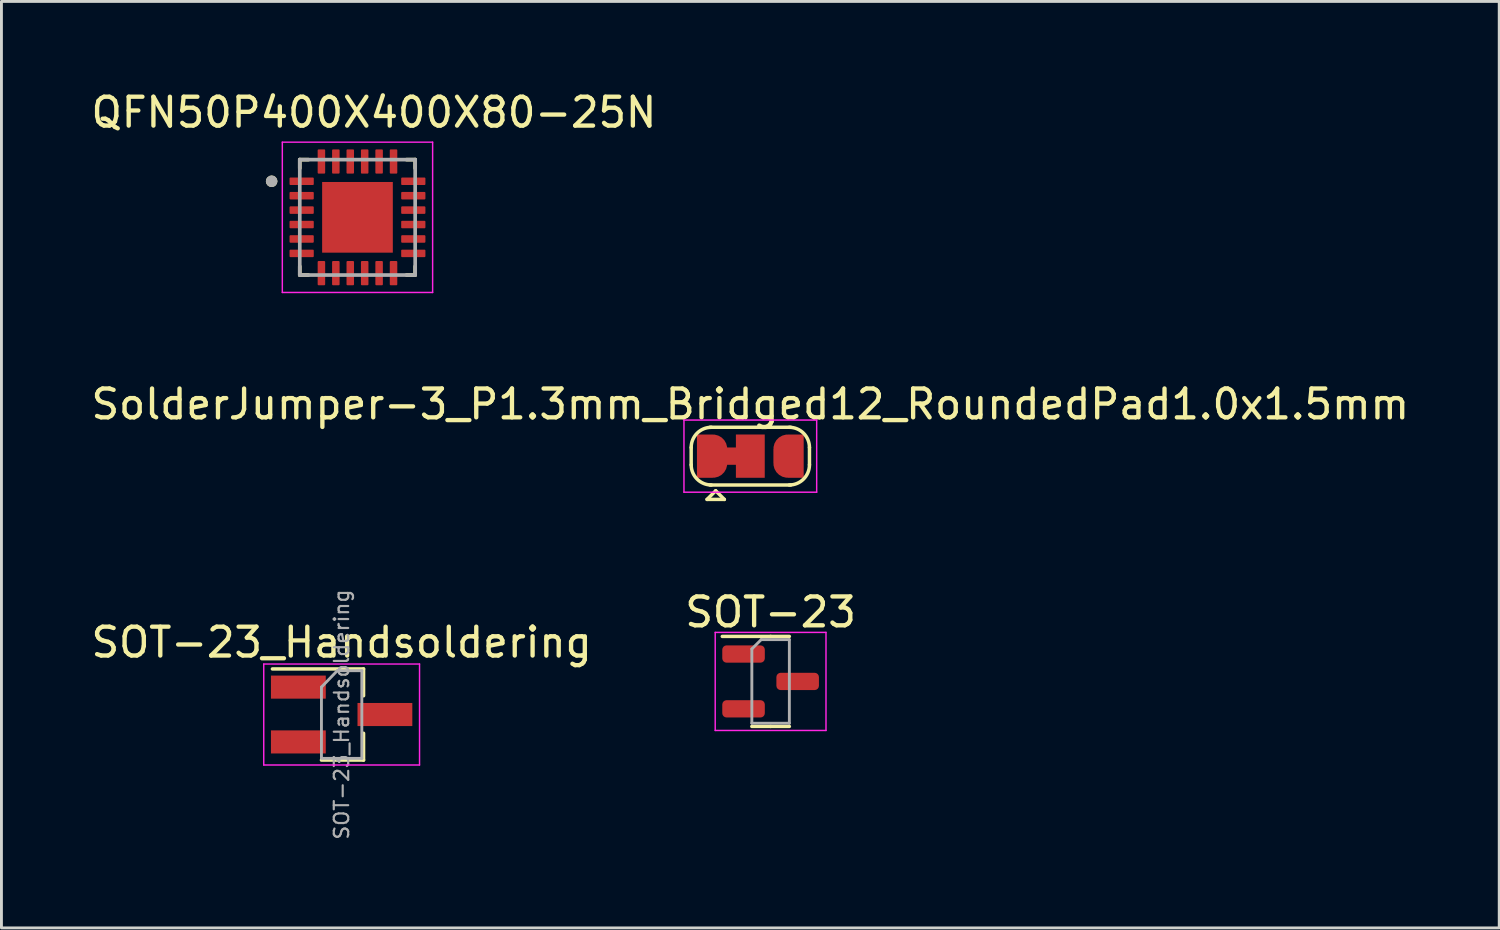
<source format=kicad_pcb>
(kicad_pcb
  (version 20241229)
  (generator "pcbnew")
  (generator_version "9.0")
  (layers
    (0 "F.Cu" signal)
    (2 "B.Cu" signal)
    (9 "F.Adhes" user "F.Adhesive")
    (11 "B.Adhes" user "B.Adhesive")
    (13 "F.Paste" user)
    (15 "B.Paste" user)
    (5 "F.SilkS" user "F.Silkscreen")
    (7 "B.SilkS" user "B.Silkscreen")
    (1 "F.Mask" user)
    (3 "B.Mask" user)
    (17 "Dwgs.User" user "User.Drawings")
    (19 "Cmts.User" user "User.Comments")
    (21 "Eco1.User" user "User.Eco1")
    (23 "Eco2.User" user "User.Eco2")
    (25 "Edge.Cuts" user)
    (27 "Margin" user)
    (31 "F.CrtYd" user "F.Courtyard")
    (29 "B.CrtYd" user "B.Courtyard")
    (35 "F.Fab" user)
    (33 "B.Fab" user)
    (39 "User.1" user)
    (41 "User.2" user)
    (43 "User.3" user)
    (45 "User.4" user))
  (footprint "SolderJumper-3_P1.3mm_Bridged12_RoundedPad1.0x1.5mm"
    (layer "F.Cu")
    (at 22.958 12.761)
    (property "Reference" "SolderJumper-3_P1.3mm_Bridged12_RoundedPad1.0x1.5mm" (at 0 -1.8 0) (layer "F.SilkS") (effects (font (size 1 1) (thickness 0.15))))
    (attr exclude_from_pos_files)
    (fp_poly (pts (xy -0.9 -0.3) (xy -0.4 -0.3) (xy -0.4 0.3) (xy -0.9 0.3)) (stroke (width 0) (type solid)) (fill yes) (layer "F.Cu"))
    (fp_line (start -2.05 0.3) (end -2.05 -0.3) (stroke (width 0.12) (type solid)) (layer "F.SilkS"))
    (fp_line (start -1.5 1.5) (end -0.9 1.5) (stroke (width 0.12) (type solid)) (layer "F.SilkS"))
    (fp_line (start -1.4 -1) (end 1.4 -1) (stroke (width 0.12) (type solid)) (layer "F.SilkS"))
    (fp_line (start -1.2 1.2) (end -1.5 1.5) (stroke (width 0.12) (type solid)) (layer "F.SilkS"))
    (fp_line (start -1.2 1.2) (end -0.9 1.5) (stroke (width 0.12) (type solid)) (layer "F.SilkS"))
    (fp_line (start 1.4 1) (end -1.4 1) (stroke (width 0.12) (type solid)) (layer "F.SilkS"))
    (fp_line (start 2.05 -0.3) (end 2.05 0.3) (stroke (width 0.12) (type solid)) (layer "F.SilkS"))
    (fp_arc (start -2.05 -0.3) (mid -1.844975 -0.794975) (end -1.35 -1) (stroke (width 0.12) (type solid)) (layer "F.SilkS"))
    (fp_arc (start -1.35 1) (mid -1.844975 0.794975) (end -2.05 0.3) (stroke (width 0.12) (type solid)) (layer "F.SilkS"))
    (fp_arc (start 1.35 -1) (mid 1.844975 -0.794975) (end 2.05 -0.3) (stroke (width 0.12) (type solid)) (layer "F.SilkS"))
    (fp_arc (start 2.05 0.3) (mid 1.844975 0.794975) (end 1.35 1) (stroke (width 0.12) (type solid)) (layer "F.SilkS"))
    (fp_line (start -2.3 -1.25) (end -2.3 1.25) (stroke (width 0.05) (type solid)) (layer "F.CrtYd"))
    (fp_line (start -2.3 -1.25) (end 2.3 -1.25) (stroke (width 0.05) (type solid)) (layer "F.CrtYd"))
    (fp_line (start 2.3 1.25) (end -2.3 1.25) (stroke (width 0.05) (type solid)) (layer "F.CrtYd"))
    (fp_line (start 2.3 1.25) (end 2.3 -1.25) (stroke (width 0.05) (type solid)) (layer "F.CrtYd"))
    (pad "1" smd custom (at -1.3 0 180) (size 1 0.5) (layers "F.Cu" "F.Mask") (options (anchor rect)) (primitives (gr_circle (center 0 0.25) (end 0.5 0.25) (width 0) (fill yes)) (gr_circle (center 0 -0.25) (end 0.5 -0.25) (width 0) (fill yes)) (gr_poly (pts (xy 0.55 0.75) (xy 0 0.75) (xy 0 -0.75) (xy 0.55 -0.75)) (width 0) (fill yes))))
    (pad "2" smd rect (at 0 0 180) (size 1 1.5) (layers "F.Cu" "F.Mask"))
    (pad "3" smd custom (at 1.3 0 180) (size 1 0.5) (layers "F.Cu" "F.Mask") (options (anchor rect)) (primitives (gr_circle (center 0 0.25) (end 0.5 0.25) (width 0) (fill yes)) (gr_circle (center 0 -0.25) (end 0.5 -0.25) (width 0) (fill yes)) (gr_poly (pts (xy 0 0.75) (xy -0.55 0.75) (xy -0.55 -0.75) (xy 0 -0.75)) (width 0) (fill yes)))))
  (footprint "SOT-23_Handsoldering"
    (layer "F.Cu")
    (at 8.792 21.717)
    (property "Reference" "SOT-23_Handsoldering" (at 0 -2.5 0) (layer "F.SilkS") (effects (font (size 1 1) (thickness 0.15))))
    (attr smd)
    (fp_line (start 0.76 -1.58) (end -2.4 -1.58) (stroke (width 0.12) (type solid)) (layer "F.SilkS"))
    (fp_line (start 0.76 -1.58) (end 0.76 -0.65) (stroke (width 0.12) (type solid)) (layer "F.SilkS"))
    (fp_line (start 0.76 1.58) (end -0.7 1.58) (stroke (width 0.12) (type solid)) (layer "F.SilkS"))
    (fp_line (start 0.76 1.58) (end 0.76 0.65) (stroke (width 0.12) (type solid)) (layer "F.SilkS"))
    (fp_line (start -2.7 -1.75) (end 2.7 -1.75) (stroke (width 0.05) (type solid)) (layer "F.CrtYd"))
    (fp_line (start -2.7 1.75) (end -2.7 -1.75) (stroke (width 0.05) (type solid)) (layer "F.CrtYd"))
    (fp_line (start 2.7 -1.75) (end 2.7 1.75) (stroke (width 0.05) (type solid)) (layer "F.CrtYd"))
    (fp_line (start 2.7 1.75) (end -2.7 1.75) (stroke (width 0.05) (type solid)) (layer "F.CrtYd"))
    (fp_line (start -0.7 -0.95) (end -0.7 1.5) (stroke (width 0.1) (type solid)) (layer "F.Fab"))
    (fp_line (start -0.7 -0.95) (end -0.15 -1.52) (stroke (width 0.1) (type solid)) (layer "F.Fab"))
    (fp_line (start -0.7 1.52) (end 0.7 1.52) (stroke (width 0.1) (type solid)) (layer "F.Fab"))
    (fp_line (start -0.15 -1.52) (end 0.7 -1.52) (stroke (width 0.1) (type solid)) (layer "F.Fab"))
    (fp_line (start 0.7 -1.52) (end 0.7 1.52) (stroke (width 0.1) (type solid)) (layer "F.Fab"))
    (fp_text user "${REFERENCE}" (at 0 0 90) (layer "F.Fab") (effects (font (size 0.5 0.5) (thickness 0.075))))
    (pad "1" smd rect (at -1.5 -0.95 180) (size 1.9 0.8) (layers "F.Cu" "F.Mask" "F.Paste"))
    (pad "2" smd rect (at -1.5 0.95 180) (size 1.9 0.8) (layers "F.Cu" "F.Mask" "F.Paste"))
    (pad "3" smd rect (at 1.5 0 180) (size 1.9 0.8) (layers "F.Cu" "F.Mask" "F.Paste")))
  (footprint "QFN50P400X400X80-25N"
    (layer "F.Cu")
    (at 9.341 4.483)
    (property "Reference" "QFN50P400X400X80-25N" (at 0.57 -3.635 0) (layer "F.SilkS") (effects (font (size 1 1) (thickness 0.15))))
    (attr smd)
    (fp_line (start -2 -2) (end -2 -1.7) (stroke (width 0.127) (type solid)) (layer "F.SilkS"))
    (fp_line (start -2 -2) (end -1.7 -2) (stroke (width 0.127) (type solid)) (layer "F.SilkS"))
    (fp_line (start -2 2) (end -2 1.7) (stroke (width 0.127) (type solid)) (layer "F.SilkS"))
    (fp_line (start -2 2) (end -1.7 2) (stroke (width 0.127) (type solid)) (layer "F.SilkS"))
    (fp_line (start 2 -2) (end 1.7 -2) (stroke (width 0.127) (type solid)) (layer "F.SilkS"))
    (fp_line (start 2 -2) (end 2 -1.7) (stroke (width 0.127) (type solid)) (layer "F.SilkS"))
    (fp_line (start 2 2) (end 1.7 2) (stroke (width 0.127) (type solid)) (layer "F.SilkS"))
    (fp_line (start 2 2) (end 2 1.7) (stroke (width 0.127) (type solid)) (layer "F.SilkS"))
    (fp_circle (center -2.975 -1.25) (end -2.875 -1.25) (stroke (width 0.2) (type solid)) (fill no) (layer "F.SilkS"))
    (fp_poly (pts (xy -0.77 -0.77) (xy 0.77 -0.77) (xy 0.77 0.77) (xy -0.77 0.77)) (stroke (width 0.01) (type solid)) (fill yes) (layer "F.Paste"))
    (fp_line (start -2.605 -2.605) (end 2.605 -2.605) (stroke (width 0.05) (type solid)) (layer "F.CrtYd"))
    (fp_line (start -2.605 2.605) (end -2.605 -2.605) (stroke (width 0.05) (type solid)) (layer "F.CrtYd"))
    (fp_line (start -2.605 2.605) (end 2.605 2.605) (stroke (width 0.05) (type solid)) (layer "F.CrtYd"))
    (fp_line (start 2.605 2.605) (end 2.605 -2.605) (stroke (width 0.05) (type solid)) (layer "F.CrtYd"))
    (fp_line (start -2 2) (end -2 -2) (stroke (width 0.127) (type solid)) (layer "F.Fab"))
    (fp_line (start 2 -2) (end -2 -2) (stroke (width 0.127) (type solid)) (layer "F.Fab"))
    (fp_line (start 2 2) (end -2 2) (stroke (width 0.127) (type solid)) (layer "F.Fab"))
    (fp_line (start 2 2) (end 2 -2) (stroke (width 0.127) (type solid)) (layer "F.Fab"))
    (fp_circle (center -2.975 -1.25) (end -2.875 -1.25) (stroke (width 0.2) (type solid)) (fill no) (layer "F.Fab"))
    (pad "1" smd roundrect (at -1.935 -1.25) (size 0.84 0.26) (layers "F.Cu" "F.Mask" "F.Paste") (roundrect_rratio 0.125))
    (pad "2" smd roundrect (at -1.935 -0.75) (size 0.84 0.26) (layers "F.Cu" "F.Mask" "F.Paste") (roundrect_rratio 0.125))
    (pad "3" smd roundrect (at -1.935 -0.25) (size 0.84 0.26) (layers "F.Cu" "F.Mask" "F.Paste") (roundrect_rratio 0.125))
    (pad "4" smd roundrect (at -1.935 0.25) (size 0.84 0.26) (layers "F.Cu" "F.Mask" "F.Paste") (roundrect_rratio 0.125))
    (pad "5" smd roundrect (at -1.935 0.75) (size 0.84 0.26) (layers "F.Cu" "F.Mask" "F.Paste") (roundrect_rratio 0.125))
    (pad "6" smd roundrect (at -1.935 1.25) (size 0.84 0.26) (layers "F.Cu" "F.Mask" "F.Paste") (roundrect_rratio 0.125))
    (pad "7" smd roundrect (at -1.25 1.935 90) (size 0.84 0.26) (layers "F.Cu" "F.Mask" "F.Paste") (roundrect_rratio 0.125))
    (pad "8" smd roundrect (at -0.75 1.935 90) (size 0.84 0.26) (layers "F.Cu" "F.Mask" "F.Paste") (roundrect_rratio 0.125))
    (pad "9" smd roundrect (at -0.25 1.935 90) (size 0.84 0.26) (layers "F.Cu" "F.Mask" "F.Paste") (roundrect_rratio 0.125))
    (pad "10" smd roundrect (at 0.25 1.935 90) (size 0.84 0.26) (layers "F.Cu" "F.Mask" "F.Paste") (roundrect_rratio 0.125))
    (pad "11" smd roundrect (at 0.75 1.935 90) (size 0.84 0.26) (layers "F.Cu" "F.Mask" "F.Paste") (roundrect_rratio 0.125))
    (pad "12" smd roundrect (at 1.25 1.935 90) (size 0.84 0.26) (layers "F.Cu" "F.Mask" "F.Paste") (roundrect_rratio 0.125))
    (pad "13" smd roundrect (at 1.935 1.25) (size 0.84 0.26) (layers "F.Cu" "F.Mask" "F.Paste") (roundrect_rratio 0.125))
    (pad "14" smd roundrect (at 1.935 0.75) (size 0.84 0.26) (layers "F.Cu" "F.Mask" "F.Paste") (roundrect_rratio 0.125))
    (pad "15" smd roundrect (at 1.935 0.25) (size 0.84 0.26) (layers "F.Cu" "F.Mask" "F.Paste") (roundrect_rratio 0.125))
    (pad "16" smd roundrect (at 1.935 -0.25) (size 0.84 0.26) (layers "F.Cu" "F.Mask" "F.Paste") (roundrect_rratio 0.125))
    (pad "17" smd roundrect (at 1.935 -0.75) (size 0.84 0.26) (layers "F.Cu" "F.Mask" "F.Paste") (roundrect_rratio 0.125))
    (pad "18" smd roundrect (at 1.935 -1.25) (size 0.84 0.26) (layers "F.Cu" "F.Mask" "F.Paste") (roundrect_rratio 0.125))
    (pad "19" smd roundrect (at 1.25 -1.935 90) (size 0.84 0.26) (layers "F.Cu" "F.Mask" "F.Paste") (roundrect_rratio 0.125))
    (pad "20" smd roundrect (at 0.75 -1.935 90) (size 0.84 0.26) (layers "F.Cu" "F.Mask" "F.Paste") (roundrect_rratio 0.125))
    (pad "21" smd roundrect (at 0.25 -1.935 90) (size 0.84 0.26) (layers "F.Cu" "F.Mask" "F.Paste") (roundrect_rratio 0.125))
    (pad "22" smd roundrect (at -0.25 -1.935 90) (size 0.84 0.26) (layers "F.Cu" "F.Mask" "F.Paste") (roundrect_rratio 0.125))
    (pad "23" smd roundrect (at -0.75 -1.935 90) (size 0.84 0.26) (layers "F.Cu" "F.Mask" "F.Paste") (roundrect_rratio 0.125))
    (pad "24" smd roundrect (at -1.25 -1.935 90) (size 0.84 0.26) (layers "F.Cu" "F.Mask" "F.Paste") (roundrect_rratio 0.125))
    (pad "25" smd rect (at 0 0) (size 2.45 2.45) (layers "F.Cu" "F.Mask")))
  (footprint "SOT-23"
    (layer "F.Cu")
    (at 23.661 20.57)
    (property "Reference" "SOT-23" (at 0 -2.4 0) (layer "F.SilkS") (effects (font (size 1 1) (thickness 0.15))))
    (attr smd)
    (fp_line (start 0 -1.56) (end -1.675 -1.56) (stroke (width 0.12) (type solid)) (layer "F.SilkS"))
    (fp_line (start 0 -1.56) (end 0.65 -1.56) (stroke (width 0.12) (type solid)) (layer "F.SilkS"))
    (fp_line (start 0 1.56) (end -0.65 1.56) (stroke (width 0.12) (type solid)) (layer "F.SilkS"))
    (fp_line (start 0 1.56) (end 0.65 1.56) (stroke (width 0.12) (type solid)) (layer "F.SilkS"))
    (fp_line (start -1.92 -1.7) (end -1.92 1.7) (stroke (width 0.05) (type solid)) (layer "F.CrtYd"))
    (fp_line (start -1.92 1.7) (end 1.92 1.7) (stroke (width 0.05) (type solid)) (layer "F.CrtYd"))
    (fp_line (start 1.92 -1.7) (end -1.92 -1.7) (stroke (width 0.05) (type solid)) (layer "F.CrtYd"))
    (fp_line (start 1.92 1.7) (end 1.92 -1.7) (stroke (width 0.05) (type solid)) (layer "F.CrtYd"))
    (fp_line (start -0.65 -1.125) (end -0.325 -1.45) (stroke (width 0.1) (type solid)) (layer "F.Fab"))
    (fp_line (start -0.65 1.45) (end -0.65 -1.125) (stroke (width 0.1) (type solid)) (layer "F.Fab"))
    (fp_line (start -0.325 -1.45) (end 0.65 -1.45) (stroke (width 0.1) (type solid)) (layer "F.Fab"))
    (fp_line (start 0.65 -1.45) (end 0.65 1.45) (stroke (width 0.1) (type solid)) (layer "F.Fab"))
    (fp_line (start 0.65 1.45) (end -0.65 1.45) (stroke (width 0.1) (type solid)) (layer "F.Fab"))
    (pad "1" smd roundrect (at -0.938 -0.95 180) (size 1.475 0.6) (layers "F.Cu" "F.Mask" "F.Paste") (roundrect_rratio 0.25))
    (pad "2" smd roundrect (at -0.938 0.95 180) (size 1.475 0.6) (layers "F.Cu" "F.Mask" "F.Paste") (roundrect_rratio 0.25))
    (pad "3" smd roundrect (at 0.938 0 180) (size 1.475 0.6) (layers "F.Cu" "F.Mask" "F.Paste") (roundrect_rratio 0.25)))
  (gr_rect
    (start -3 -3)
    (end 48.917 29.113)
    (stroke (width 0.1) (type default))
    (fill no)
    (layer "Edge.Cuts")))
</source>
